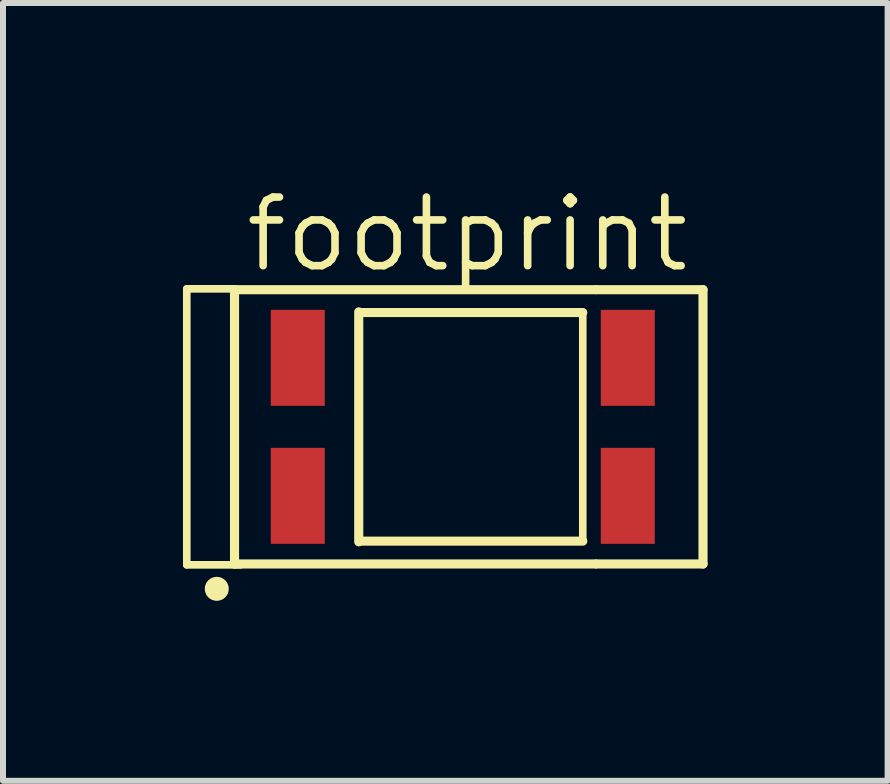
<source format=kicad_pcb>
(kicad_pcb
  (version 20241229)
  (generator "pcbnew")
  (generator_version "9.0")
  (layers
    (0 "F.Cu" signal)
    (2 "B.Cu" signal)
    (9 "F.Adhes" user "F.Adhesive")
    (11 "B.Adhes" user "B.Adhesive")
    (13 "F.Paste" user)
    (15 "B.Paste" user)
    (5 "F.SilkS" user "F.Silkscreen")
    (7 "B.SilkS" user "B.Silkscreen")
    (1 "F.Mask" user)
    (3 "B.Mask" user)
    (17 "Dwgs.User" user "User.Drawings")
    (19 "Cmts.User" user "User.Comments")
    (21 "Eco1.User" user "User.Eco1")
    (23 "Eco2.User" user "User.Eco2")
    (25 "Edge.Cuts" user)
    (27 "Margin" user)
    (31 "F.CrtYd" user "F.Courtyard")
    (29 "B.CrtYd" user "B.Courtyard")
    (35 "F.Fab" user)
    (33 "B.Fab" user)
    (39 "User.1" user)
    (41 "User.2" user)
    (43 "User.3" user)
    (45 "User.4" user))
  (footprint "footprint"
    (layer "F.Cu")
    (at 4.663 4.064)
    (property "Reference" "footprint" (at -3.683 -2.54 0) (layer "F.SilkS") (effects (font (size 1.143 1.143) (thickness 0.127)) (justify left bottom)))
    (fp_line (start -4.6 -2.3) (end -4.6 2.3) (stroke (width 0.127) (type solid)) (layer "F.SilkS"))
    (fp_line (start -4.6 2.3) (end -3.7 2.3) (stroke (width 0.127) (type solid)) (layer "F.SilkS"))
    (fp_line (start -3.804 -2.286) (end 2.213 -2.286) (stroke (width 0.152) (type solid)) (layer "F.SilkS"))
    (fp_line (start -3.804 2.286) (end -3.804 -2.286) (stroke (width 0.152) (type solid)) (layer "F.SilkS"))
    (fp_line (start -3.804 2.286) (end 2.213 2.286) (stroke (width 0.152) (type solid)) (layer "F.SilkS"))
    (fp_line (start -3.8 -2.3) (end -4.6 -2.3) (stroke (width 0.127) (type solid)) (layer "F.SilkS"))
    (fp_line (start -1.734 -1.916) (end -1.734 1.916) (stroke (width 0.152) (type solid)) (layer "F.SilkS"))
    (fp_line (start -1.7 -1.905) (end 2 -1.905) (stroke (width 0.152) (type solid)) (layer "F.SilkS"))
    (fp_line (start -1.7 1.905) (end 2 1.905) (stroke (width 0.152) (type solid)) (layer "F.SilkS"))
    (fp_line (start 2 -1.9) (end 2 1.9) (stroke (width 0.127) (type solid)) (layer "F.SilkS"))
    (fp_line (start 2.223 -2.286) (end 4.004 -2.286) (stroke (width 0.152) (type solid)) (layer "F.SilkS"))
    (fp_line (start 2.223 2.286) (end 4.004 2.286) (stroke (width 0.152) (type solid)) (layer "F.SilkS"))
    (fp_line (start 4.004 -2.286) (end 4.004 2.286) (stroke (width 0.152) (type solid)) (layer "F.SilkS"))
    (fp_circle (center -4.1 2.7) (end -4 2.7) (stroke (width 0.2) (type solid)) (fill yes) (layer "F.SilkS"))
    (pad "1" smd rect (at -2.75 1.15) (size 0.9 1.6) (layers "F.Cu" "F.Mask" "F.Paste"))
    (pad "2" smd rect (at 2.75 1.15) (size 0.9 1.6) (layers "F.Cu" "F.Mask" "F.Paste"))
    (pad "3" smd rect (at 2.75 -1.15) (size 0.9 1.6) (layers "F.Cu" "F.Mask" "F.Paste"))
    (pad "4" smd rect (at -2.75 -1.15) (size 0.9 1.6) (layers "F.Cu" "F.Mask" "F.Paste")))
  (gr_rect
    (start -3 -3)
    (end 11.744 9.964)
    (stroke (width 0.1) (type default))
    (fill no)
    (layer "Edge.Cuts")))
</source>
